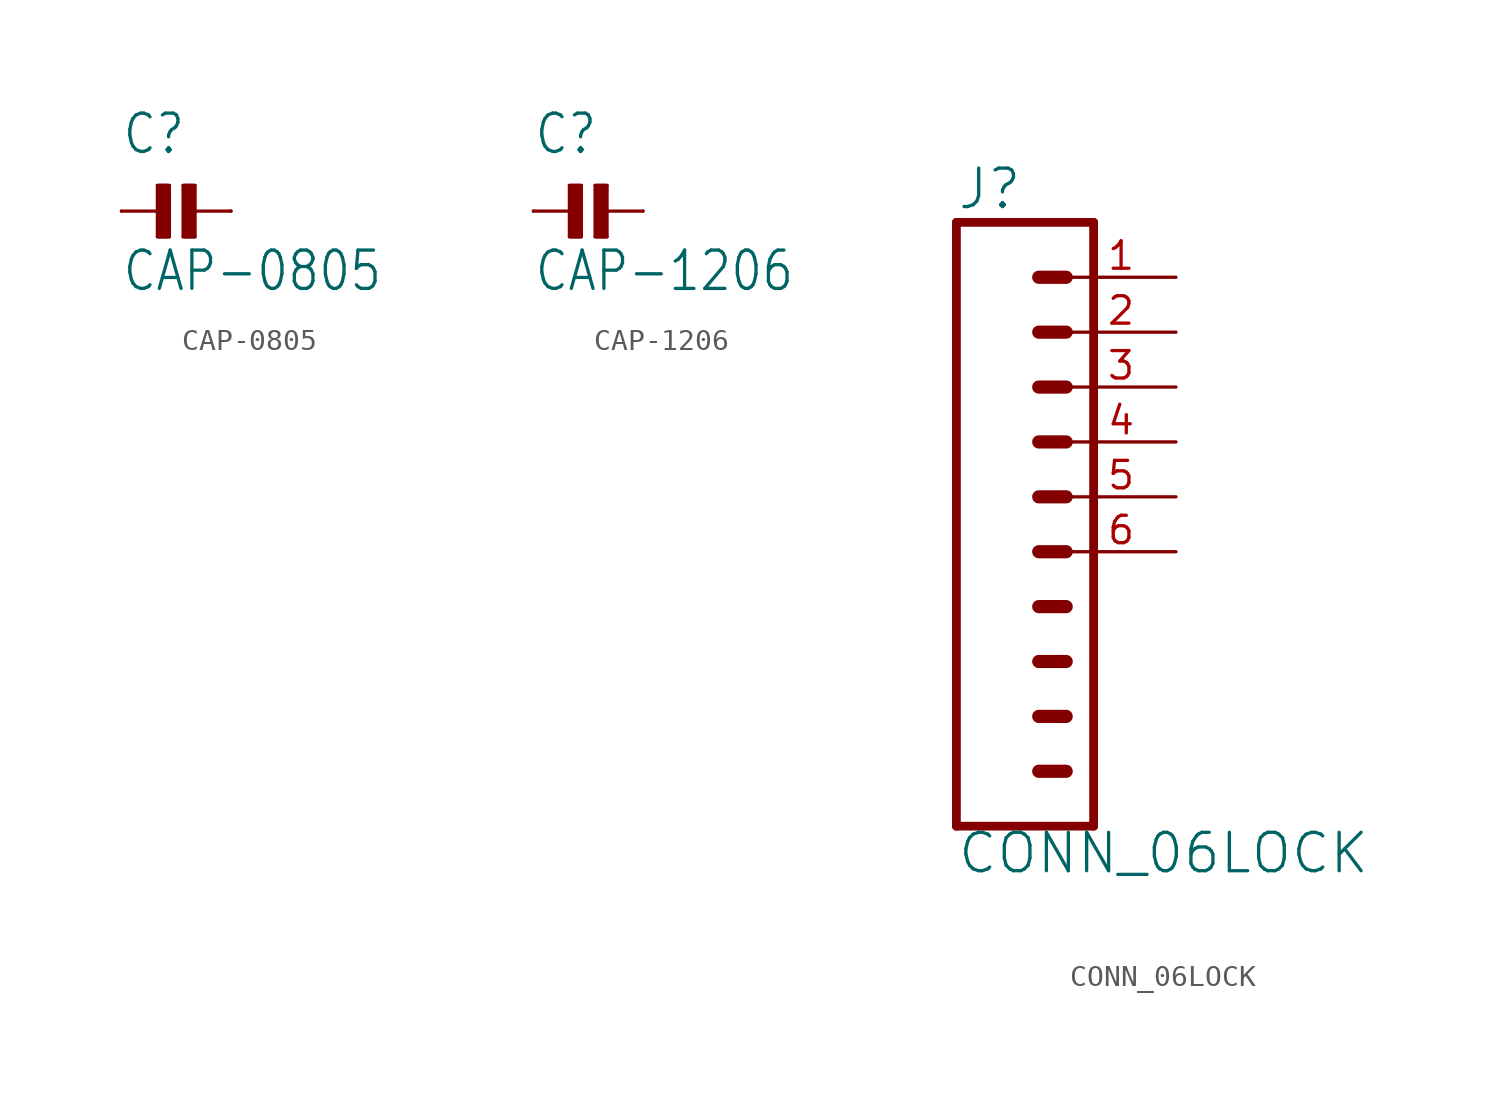
<source format=kicad_sym>
(kicad_symbol_lib
  (version 20211014)
  (generator kicad_symbol_editor)
  (symbol "CAP-0805"
    (property "Reference" "C"
      (at -2.54 2.54 0)
      (effects (font (size 1.778 1.511)) (justify left bottom)))
    (property "Value" "CAP-0805"
      (at -2.54 -3.81 0)
      (effects (font (size 1.778 1.511)) (justify left bottom)))
    (property "ki_locked" ""
      (at 0 0 0)
      (effects (font (size 1.27 1.27))))
    (symbol "CAP-0805_1_0"
      (polyline (pts (xy -2.54 0) (xy -0.937 0)) (stroke (width 0.152) (type default) (color 0 0 0 0)) (fill (type none)))
      (polyline (pts (xy -0.873 -1.191) (xy -0.873 1.191)) (stroke (width 0.152) (type default) (color 0 0 0 0)) (fill (type none)))
      (polyline (pts (xy -0.794 -1.191) (xy -0.873 -1.191)) (stroke (width 0.152) (type default) (color 0 0 0 0)) (fill (type none)))
      (polyline (pts (xy -0.794 -1.191) (xy -0.794 1.191)) (stroke (width 0.152) (type default) (color 0 0 0 0)) (fill (type none)))
      (polyline (pts (xy -0.794 1.191) (xy -0.873 1.191)) (stroke (width 0.152) (type default) (color 0 0 0 0)) (fill (type none)))
      (polyline (pts (xy -0.714 -1.191) (xy -0.794 -1.191)) (stroke (width 0.152) (type default) (color 0 0 0 0)) (fill (type none)))
      (polyline (pts (xy -0.714 -1.191) (xy -0.714 1.191)) (stroke (width 0.152) (type default) (color 0 0 0 0)) (fill (type none)))
      (polyline (pts (xy -0.714 1.191) (xy -0.794 1.191)) (stroke (width 0.152) (type default) (color 0 0 0 0)) (fill (type none)))
      (polyline (pts (xy -0.635 -1.191) (xy -0.714 -1.191)) (stroke (width 0.152) (type default) (color 0 0 0 0)) (fill (type none)))
      (polyline (pts (xy -0.635 -1.191) (xy -0.635 1.191)) (stroke (width 0.152) (type default) (color 0 0 0 0)) (fill (type none)))
      (polyline (pts (xy -0.635 1.191) (xy -0.714 1.191)) (stroke (width 0.152) (type default) (color 0 0 0 0)) (fill (type none)))
      (polyline (pts (xy -0.556 -1.191) (xy -0.635 -1.191)) (stroke (width 0.152) (type default) (color 0 0 0 0)) (fill (type none)))
      (polyline (pts (xy -0.556 -1.191) (xy -0.556 1.191)) (stroke (width 0.152) (type default) (color 0 0 0 0)) (fill (type none)))
      (polyline (pts (xy -0.556 1.191) (xy -0.635 1.191)) (stroke (width 0.152) (type default) (color 0 0 0 0)) (fill (type none)))
      (polyline (pts (xy -0.476 -1.191) (xy -0.556 -1.191)) (stroke (width 0.152) (type default) (color 0 0 0 0)) (fill (type none)))
      (polyline (pts (xy -0.476 -1.191) (xy -0.476 1.191)) (stroke (width 0.152) (type default) (color 0 0 0 0)) (fill (type none)))
      (polyline (pts (xy -0.476 1.191) (xy -0.556 1.191)) (stroke (width 0.152) (type default) (color 0 0 0 0)) (fill (type none)))
      (polyline (pts (xy -0.397 -1.191) (xy -0.476 -1.191)) (stroke (width 0.152) (type default) (color 0 0 0 0)) (fill (type none)))
      (polyline (pts (xy -0.397 -1.191) (xy -0.397 1.191)) (stroke (width 0.152) (type default) (color 0 0 0 0)) (fill (type none)))
      (polyline (pts (xy -0.397 1.191) (xy -0.476 1.191)) (stroke (width 0.152) (type default) (color 0 0 0 0)) (fill (type none)))
      (polyline (pts (xy -0.318 -1.191) (xy -0.397 -1.191)) (stroke (width 0.152) (type default) (color 0 0 0 0)) (fill (type none)))
      (polyline (pts (xy -0.318 -1.191) (xy -0.318 1.191)) (stroke (width 0.152) (type default) (color 0 0 0 0)) (fill (type none)))
      (polyline (pts (xy -0.318 1.191) (xy -0.397 1.191)) (stroke (width 0.152) (type default) (color 0 0 0 0)) (fill (type none)))
      (polyline (pts (xy 0.318 -1.191) (xy 0.318 1.191)) (stroke (width 0.152) (type default) (color 0 0 0 0)) (fill (type none)))
      (polyline (pts (xy 0.397 -1.191) (xy 0.318 -1.191)) (stroke (width 0.152) (type default) (color 0 0 0 0)) (fill (type none)))
      (polyline (pts (xy 0.397 -1.191) (xy 0.397 1.191)) (stroke (width 0.152) (type default) (color 0 0 0 0)) (fill (type none)))
      (polyline (pts (xy 0.397 1.191) (xy 0.318 1.191)) (stroke (width 0.152) (type default) (color 0 0 0 0)) (fill (type none)))
      (polyline (pts (xy 0.476 -1.191) (xy 0.397 -1.191)) (stroke (width 0.152) (type default) (color 0 0 0 0)) (fill (type none)))
      (polyline (pts (xy 0.476 -1.191) (xy 0.476 1.191)) (stroke (width 0.152) (type default) (color 0 0 0 0)) (fill (type none)))
      (polyline (pts (xy 0.476 1.191) (xy 0.397 1.191)) (stroke (width 0.152) (type default) (color 0 0 0 0)) (fill (type none)))
      (polyline (pts (xy 0.556 -1.191) (xy 0.476 -1.191)) (stroke (width 0.152) (type default) (color 0 0 0 0)) (fill (type none)))
      (polyline (pts (xy 0.556 -1.191) (xy 0.556 1.191)) (stroke (width 0.152) (type default) (color 0 0 0 0)) (fill (type none)))
      (polyline (pts (xy 0.556 1.191) (xy 0.476 1.191)) (stroke (width 0.152) (type default) (color 0 0 0 0)) (fill (type none)))
      (polyline (pts (xy 0.635 -1.191) (xy 0.556 -1.191)) (stroke (width 0.152) (type default) (color 0 0 0 0)) (fill (type none)))
      (polyline (pts (xy 0.635 -1.191) (xy 0.635 1.191)) (stroke (width 0.152) (type default) (color 0 0 0 0)) (fill (type none)))
      (polyline (pts (xy 0.635 1.191) (xy 0.556 1.191)) (stroke (width 0.152) (type default) (color 0 0 0 0)) (fill (type none)))
      (polyline (pts (xy 0.714 -1.191) (xy 0.635 -1.191)) (stroke (width 0.152) (type default) (color 0 0 0 0)) (fill (type none)))
      (polyline (pts (xy 0.714 -1.191) (xy 0.714 1.191)) (stroke (width 0.152) (type default) (color 0 0 0 0)) (fill (type none)))
      (polyline (pts (xy 0.714 1.191) (xy 0.635 1.191)) (stroke (width 0.152) (type default) (color 0 0 0 0)) (fill (type none)))
      (polyline (pts (xy 0.794 -1.191) (xy 0.714 -1.191)) (stroke (width 0.152) (type default) (color 0 0 0 0)) (fill (type none)))
      (polyline (pts (xy 0.794 -1.191) (xy 0.794 1.191)) (stroke (width 0.152) (type default) (color 0 0 0 0)) (fill (type none)))
      (polyline (pts (xy 0.794 1.191) (xy 0.714 1.191)) (stroke (width 0.152) (type default) (color 0 0 0 0)) (fill (type none)))
      (polyline (pts (xy 0.857 0) (xy 2.54 0)) (stroke (width 0.152) (type default) (color 0 0 0 0)) (fill (type none)))
      (polyline (pts (xy 0.873 -1.191) (xy 0.794 -1.191)) (stroke (width 0.152) (type default) (color 0 0 0 0)) (fill (type none)))
      (polyline (pts (xy 0.873 -1.191) (xy 0.873 1.191)) (stroke (width 0.152) (type default) (color 0 0 0 0)) (fill (type none)))
      (polyline (pts (xy 0.873 1.191) (xy 0.794 1.191)) (stroke (width 0.152) (type default) (color 0 0 0 0)) (fill (type none)))
      (pin passive line (at -2.54 0 0) (length 0) (name "1" (effects (font (size 0 0)))) (number "1" (effects (font (size 0 0)))))
      (pin passive line (at 2.54 0 180) (length 0) (name "2" (effects (font (size 0 0)))) (number "2" (effects (font (size 0 0)))))))
  (symbol "CAP-1206"
    (property "Reference" "C"
      (at -2.54 2.54 0)
      (effects (font (size 1.778 1.511)) (justify left bottom)))
    (property "Value" "CAP-1206"
      (at -2.54 -3.81 0)
      (effects (font (size 1.778 1.511)) (justify left bottom)))
    (property "ki_locked" ""
      (at 0 0 0)
      (effects (font (size 1.27 1.27))))
    (symbol "CAP-1206_1_0"
      (polyline (pts (xy -2.54 0) (xy -0.937 0)) (stroke (width 0.152) (type default) (color 0 0 0 0)) (fill (type none)))
      (polyline (pts (xy -0.873 -1.191) (xy -0.873 1.191)) (stroke (width 0.152) (type default) (color 0 0 0 0)) (fill (type none)))
      (polyline (pts (xy -0.794 -1.191) (xy -0.873 -1.191)) (stroke (width 0.152) (type default) (color 0 0 0 0)) (fill (type none)))
      (polyline (pts (xy -0.794 -1.191) (xy -0.794 1.191)) (stroke (width 0.152) (type default) (color 0 0 0 0)) (fill (type none)))
      (polyline (pts (xy -0.794 1.191) (xy -0.873 1.191)) (stroke (width 0.152) (type default) (color 0 0 0 0)) (fill (type none)))
      (polyline (pts (xy -0.714 -1.191) (xy -0.794 -1.191)) (stroke (width 0.152) (type default) (color 0 0 0 0)) (fill (type none)))
      (polyline (pts (xy -0.714 -1.191) (xy -0.714 1.191)) (stroke (width 0.152) (type default) (color 0 0 0 0)) (fill (type none)))
      (polyline (pts (xy -0.714 1.191) (xy -0.794 1.191)) (stroke (width 0.152) (type default) (color 0 0 0 0)) (fill (type none)))
      (polyline (pts (xy -0.635 -1.191) (xy -0.714 -1.191)) (stroke (width 0.152) (type default) (color 0 0 0 0)) (fill (type none)))
      (polyline (pts (xy -0.635 -1.191) (xy -0.635 1.191)) (stroke (width 0.152) (type default) (color 0 0 0 0)) (fill (type none)))
      (polyline (pts (xy -0.635 1.191) (xy -0.714 1.191)) (stroke (width 0.152) (type default) (color 0 0 0 0)) (fill (type none)))
      (polyline (pts (xy -0.556 -1.191) (xy -0.635 -1.191)) (stroke (width 0.152) (type default) (color 0 0 0 0)) (fill (type none)))
      (polyline (pts (xy -0.556 -1.191) (xy -0.556 1.191)) (stroke (width 0.152) (type default) (color 0 0 0 0)) (fill (type none)))
      (polyline (pts (xy -0.556 1.191) (xy -0.635 1.191)) (stroke (width 0.152) (type default) (color 0 0 0 0)) (fill (type none)))
      (polyline (pts (xy -0.476 -1.191) (xy -0.556 -1.191)) (stroke (width 0.152) (type default) (color 0 0 0 0)) (fill (type none)))
      (polyline (pts (xy -0.476 -1.191) (xy -0.476 1.191)) (stroke (width 0.152) (type default) (color 0 0 0 0)) (fill (type none)))
      (polyline (pts (xy -0.476 1.191) (xy -0.556 1.191)) (stroke (width 0.152) (type default) (color 0 0 0 0)) (fill (type none)))
      (polyline (pts (xy -0.397 -1.191) (xy -0.476 -1.191)) (stroke (width 0.152) (type default) (color 0 0 0 0)) (fill (type none)))
      (polyline (pts (xy -0.397 -1.191) (xy -0.397 1.191)) (stroke (width 0.152) (type default) (color 0 0 0 0)) (fill (type none)))
      (polyline (pts (xy -0.397 1.191) (xy -0.476 1.191)) (stroke (width 0.152) (type default) (color 0 0 0 0)) (fill (type none)))
      (polyline (pts (xy -0.318 -1.191) (xy -0.397 -1.191)) (stroke (width 0.152) (type default) (color 0 0 0 0)) (fill (type none)))
      (polyline (pts (xy -0.318 -1.191) (xy -0.318 1.191)) (stroke (width 0.152) (type default) (color 0 0 0 0)) (fill (type none)))
      (polyline (pts (xy -0.318 1.191) (xy -0.397 1.191)) (stroke (width 0.152) (type default) (color 0 0 0 0)) (fill (type none)))
      (polyline (pts (xy 0.318 -1.191) (xy 0.318 1.191)) (stroke (width 0.152) (type default) (color 0 0 0 0)) (fill (type none)))
      (polyline (pts (xy 0.397 -1.191) (xy 0.318 -1.191)) (stroke (width 0.152) (type default) (color 0 0 0 0)) (fill (type none)))
      (polyline (pts (xy 0.397 -1.191) (xy 0.397 1.191)) (stroke (width 0.152) (type default) (color 0 0 0 0)) (fill (type none)))
      (polyline (pts (xy 0.397 1.191) (xy 0.318 1.191)) (stroke (width 0.152) (type default) (color 0 0 0 0)) (fill (type none)))
      (polyline (pts (xy 0.476 -1.191) (xy 0.397 -1.191)) (stroke (width 0.152) (type default) (color 0 0 0 0)) (fill (type none)))
      (polyline (pts (xy 0.476 -1.191) (xy 0.476 1.191)) (stroke (width 0.152) (type default) (color 0 0 0 0)) (fill (type none)))
      (polyline (pts (xy 0.476 1.191) (xy 0.397 1.191)) (stroke (width 0.152) (type default) (color 0 0 0 0)) (fill (type none)))
      (polyline (pts (xy 0.556 -1.191) (xy 0.476 -1.191)) (stroke (width 0.152) (type default) (color 0 0 0 0)) (fill (type none)))
      (polyline (pts (xy 0.556 -1.191) (xy 0.556 1.191)) (stroke (width 0.152) (type default) (color 0 0 0 0)) (fill (type none)))
      (polyline (pts (xy 0.556 1.191) (xy 0.476 1.191)) (stroke (width 0.152) (type default) (color 0 0 0 0)) (fill (type none)))
      (polyline (pts (xy 0.635 -1.191) (xy 0.556 -1.191)) (stroke (width 0.152) (type default) (color 0 0 0 0)) (fill (type none)))
      (polyline (pts (xy 0.635 -1.191) (xy 0.635 1.191)) (stroke (width 0.152) (type default) (color 0 0 0 0)) (fill (type none)))
      (polyline (pts (xy 0.635 1.191) (xy 0.556 1.191)) (stroke (width 0.152) (type default) (color 0 0 0 0)) (fill (type none)))
      (polyline (pts (xy 0.714 -1.191) (xy 0.635 -1.191)) (stroke (width 0.152) (type default) (color 0 0 0 0)) (fill (type none)))
      (polyline (pts (xy 0.714 -1.191) (xy 0.714 1.191)) (stroke (width 0.152) (type default) (color 0 0 0 0)) (fill (type none)))
      (polyline (pts (xy 0.714 1.191) (xy 0.635 1.191)) (stroke (width 0.152) (type default) (color 0 0 0 0)) (fill (type none)))
      (polyline (pts (xy 0.794 -1.191) (xy 0.714 -1.191)) (stroke (width 0.152) (type default) (color 0 0 0 0)) (fill (type none)))
      (polyline (pts (xy 0.794 -1.191) (xy 0.794 1.191)) (stroke (width 0.152) (type default) (color 0 0 0 0)) (fill (type none)))
      (polyline (pts (xy 0.794 1.191) (xy 0.714 1.191)) (stroke (width 0.152) (type default) (color 0 0 0 0)) (fill (type none)))
      (polyline (pts (xy 0.857 0) (xy 2.54 0)) (stroke (width 0.152) (type default) (color 0 0 0 0)) (fill (type none)))
      (polyline (pts (xy 0.873 -1.191) (xy 0.794 -1.191)) (stroke (width 0.152) (type default) (color 0 0 0 0)) (fill (type none)))
      (polyline (pts (xy 0.873 -1.191) (xy 0.873 1.191)) (stroke (width 0.152) (type default) (color 0 0 0 0)) (fill (type none)))
      (polyline (pts (xy 0.873 1.191) (xy 0.794 1.191)) (stroke (width 0.152) (type default) (color 0 0 0 0)) (fill (type none)))
      (pin passive line (at -2.54 0 0) (length 0) (name "1" (effects (font (size 0 0)))) (number "1" (effects (font (size 0 0)))))
      (pin passive line (at 2.54 0 180) (length 0) (name "2" (effects (font (size 0 0)))) (number "2" (effects (font (size 0 0)))))))
  (symbol "CONN_06LOCK"
    (property "Reference" "J"
      (at -2.54 15.748 0)
      (effects (font (size 1.778 1.778)) (justify left bottom)))
    (property "Value" "CONN_06LOCK"
      (at -2.54 -14.986 0)
      (effects (font (size 1.778 1.778)) (justify left bottom)))
    (property "ki_locked" ""
      (at 0 0 0)
      (effects (font (size 1.27 1.27))))
    (symbol "CONN_06LOCK_1_0"
      (polyline (pts (xy -2.54 15.24) (xy -2.54 -12.7)) (stroke (width 0.406) (type default) (color 0 0 0 0)) (fill (type none)))
      (polyline (pts (xy -2.54 15.24) (xy 3.81 15.24)) (stroke (width 0.406) (type default) (color 0 0 0 0)) (fill (type none)))
      (polyline (pts (xy 1.27 -10.16) (xy 2.54 -10.16)) (stroke (width 0.61) (type default) (color 0 0 0 0)) (fill (type none)))
      (polyline (pts (xy 1.27 -7.62) (xy 2.54 -7.62)) (stroke (width 0.61) (type default) (color 0 0 0 0)) (fill (type none)))
      (polyline (pts (xy 1.27 -5.08) (xy 2.54 -5.08)) (stroke (width 0.61) (type default) (color 0 0 0 0)) (fill (type none)))
      (polyline (pts (xy 1.27 -2.54) (xy 2.54 -2.54)) (stroke (width 0.61) (type default) (color 0 0 0 0)) (fill (type none)))
      (polyline (pts (xy 1.27 0) (xy 2.54 0)) (stroke (width 0.61) (type default) (color 0 0 0 0)) (fill (type none)))
      (polyline (pts (xy 1.27 2.54) (xy 2.54 2.54)) (stroke (width 0.61) (type default) (color 0 0 0 0)) (fill (type none)))
      (polyline (pts (xy 1.27 5.08) (xy 2.54 5.08)) (stroke (width 0.61) (type default) (color 0 0 0 0)) (fill (type none)))
      (polyline (pts (xy 1.27 7.62) (xy 2.54 7.62)) (stroke (width 0.61) (type default) (color 0 0 0 0)) (fill (type none)))
      (polyline (pts (xy 1.27 10.16) (xy 2.54 10.16)) (stroke (width 0.61) (type default) (color 0 0 0 0)) (fill (type none)))
      (polyline (pts (xy 1.27 12.7) (xy 2.54 12.7)) (stroke (width 0.61) (type default) (color 0 0 0 0)) (fill (type none)))
      (polyline (pts (xy 3.81 -12.7) (xy -2.54 -12.7)) (stroke (width 0.406) (type default) (color 0 0 0 0)) (fill (type none)))
      (polyline (pts (xy 3.81 -12.7) (xy 3.81 15.24)) (stroke (width 0.406) (type default) (color 0 0 0 0)) (fill (type none)))
      (pin passive line (at 7.62 12.7 180) (length 5.08) (name "1" (effects (font (size 0 0)))) (number "1" (effects (font (size 1.27 1.27)))))
      (pin passive line (at 7.62 10.16 180) (length 5.08) (name "2" (effects (font (size 0 0)))) (number "2" (effects (font (size 1.27 1.27)))))
      (pin passive line (at 7.62 7.62 180) (length 5.08) (name "3" (effects (font (size 0 0)))) (number "3" (effects (font (size 1.27 1.27)))))
      (pin passive line (at 7.62 5.08 180) (length 5.08) (name "4" (effects (font (size 0 0)))) (number "4" (effects (font (size 1.27 1.27)))))
      (pin passive line (at 7.62 2.54 180) (length 5.08) (name "5" (effects (font (size 0 0)))) (number "5" (effects (font (size 1.27 1.27)))))
      (pin passive line (at 7.62 0 180) (length 5.08) (name "6" (effects (font (size 0 0)))) (number "6" (effects (font (size 1.27 1.27))))))))
</source>
